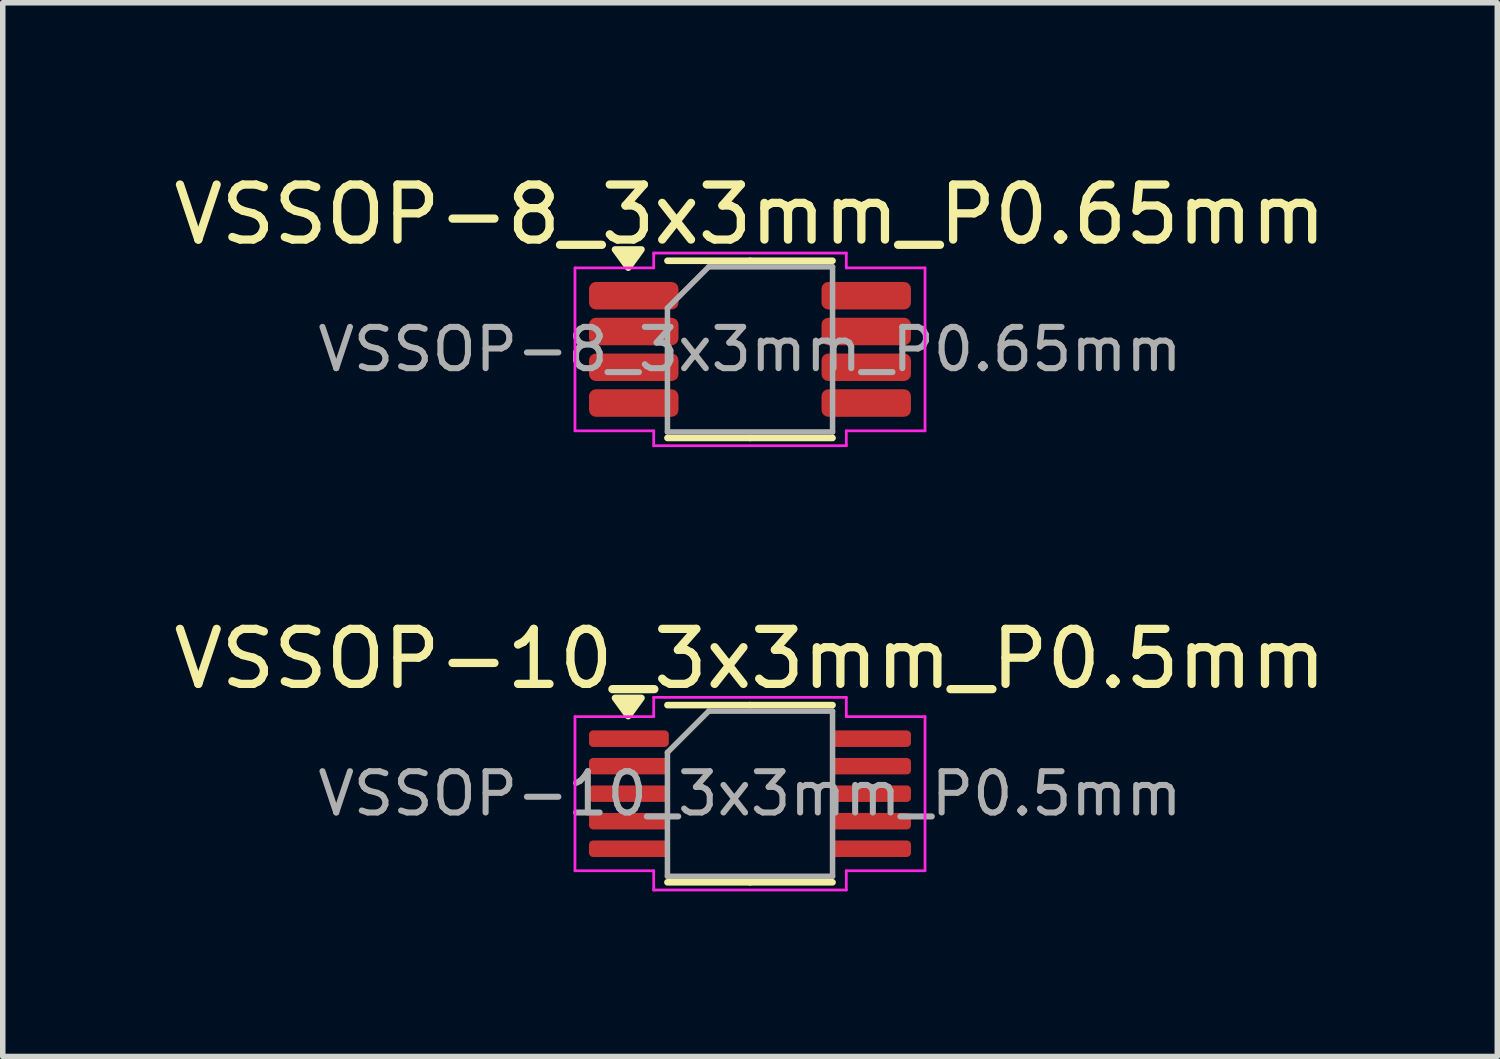
<source format=kicad_pcb>
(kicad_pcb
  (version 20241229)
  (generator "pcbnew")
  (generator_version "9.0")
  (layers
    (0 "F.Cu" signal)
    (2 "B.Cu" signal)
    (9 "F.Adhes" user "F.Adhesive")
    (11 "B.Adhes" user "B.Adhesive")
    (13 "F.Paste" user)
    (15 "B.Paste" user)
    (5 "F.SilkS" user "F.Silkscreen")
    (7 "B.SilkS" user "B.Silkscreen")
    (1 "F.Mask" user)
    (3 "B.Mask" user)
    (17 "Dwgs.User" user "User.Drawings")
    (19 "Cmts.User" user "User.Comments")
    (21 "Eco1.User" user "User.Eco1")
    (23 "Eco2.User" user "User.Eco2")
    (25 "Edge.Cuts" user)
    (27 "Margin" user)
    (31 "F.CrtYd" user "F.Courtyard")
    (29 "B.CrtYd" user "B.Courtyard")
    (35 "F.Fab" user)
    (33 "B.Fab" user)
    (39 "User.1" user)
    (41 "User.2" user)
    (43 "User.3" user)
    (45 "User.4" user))
  (footprint "VSSOP-8_3x3mm_P0.65mm"
    (layer "F.Cu")
    (at 10.577 3.298)
    (property "Reference" "VSSOP-8_3x3mm_P0.65mm" (at 0 -2.45 0) (layer "F.SilkS") (effects (font (size 1 1) (thickness 0.15))))
    (attr smd)
    (fp_line (start 0 -1.61) (end -1.5 -1.61) (stroke (width 0.12) (type solid)) (layer "F.SilkS"))
    (fp_line (start 0 -1.61) (end 1.5 -1.61) (stroke (width 0.12) (type solid)) (layer "F.SilkS"))
    (fp_line (start 0 1.61) (end -1.5 1.61) (stroke (width 0.12) (type solid)) (layer "F.SilkS"))
    (fp_line (start 0 1.61) (end 1.5 1.61) (stroke (width 0.12) (type solid)) (layer "F.SilkS"))
    (fp_poly (pts (xy -2.212 -1.485) (xy -2.453 -1.815) (xy -1.972 -1.815)) (stroke (width 0.12) (type solid)) (fill yes) (layer "F.SilkS"))
    (fp_line (start -3.18 -1.48) (end -1.75 -1.48) (stroke (width 0.05) (type solid)) (layer "F.CrtYd"))
    (fp_line (start -3.18 1.48) (end -3.18 -1.48) (stroke (width 0.05) (type solid)) (layer "F.CrtYd"))
    (fp_line (start -1.75 -1.75) (end 1.75 -1.75) (stroke (width 0.05) (type solid)) (layer "F.CrtYd"))
    (fp_line (start -1.75 -1.48) (end -1.75 -1.75) (stroke (width 0.05) (type solid)) (layer "F.CrtYd"))
    (fp_line (start -1.75 1.48) (end -3.18 1.48) (stroke (width 0.05) (type solid)) (layer "F.CrtYd"))
    (fp_line (start -1.75 1.75) (end -1.75 1.48) (stroke (width 0.05) (type solid)) (layer "F.CrtYd"))
    (fp_line (start 1.75 -1.75) (end 1.75 -1.48) (stroke (width 0.05) (type solid)) (layer "F.CrtYd"))
    (fp_line (start 1.75 -1.48) (end 3.18 -1.48) (stroke (width 0.05) (type solid)) (layer "F.CrtYd"))
    (fp_line (start 1.75 1.48) (end 1.75 1.75) (stroke (width 0.05) (type solid)) (layer "F.CrtYd"))
    (fp_line (start 1.75 1.75) (end -1.75 1.75) (stroke (width 0.05) (type solid)) (layer "F.CrtYd"))
    (fp_line (start 3.18 -1.48) (end 3.18 1.48) (stroke (width 0.05) (type solid)) (layer "F.CrtYd"))
    (fp_line (start 3.18 1.48) (end 1.75 1.48) (stroke (width 0.05) (type solid)) (layer "F.CrtYd"))
    (fp_line (start -1.5 -0.75) (end -0.75 -1.5) (stroke (width 0.1) (type solid)) (layer "F.Fab"))
    (fp_line (start -1.5 1.5) (end -1.5 -0.75) (stroke (width 0.1) (type solid)) (layer "F.Fab"))
    (fp_line (start -0.75 -1.5) (end 1.5 -1.5) (stroke (width 0.1) (type solid)) (layer "F.Fab"))
    (fp_line (start 1.5 -1.5) (end 1.5 1.5) (stroke (width 0.1) (type solid)) (layer "F.Fab"))
    (fp_line (start 1.5 1.5) (end -1.5 1.5) (stroke (width 0.1) (type solid)) (layer "F.Fab"))
    (fp_text user "${REFERENCE}" (at 0 0 0) (layer "F.Fab") (effects (font (size 0.75 0.75) (thickness 0.11))))
    (pad "1" smd roundrect (at -2.112 -0.975) (size 1.625 0.5) (layers "F.Cu" "F.Mask" "F.Paste") (roundrect_rratio 0.25))
    (pad "2" smd roundrect (at -2.112 -0.325) (size 1.625 0.5) (layers "F.Cu" "F.Mask" "F.Paste") (roundrect_rratio 0.25))
    (pad "3" smd roundrect (at -2.112 0.325) (size 1.625 0.5) (layers "F.Cu" "F.Mask" "F.Paste") (roundrect_rratio 0.25))
    (pad "4" smd roundrect (at -2.112 0.975) (size 1.625 0.5) (layers "F.Cu" "F.Mask" "F.Paste") (roundrect_rratio 0.25))
    (pad "5" smd roundrect (at 2.112 0.975) (size 1.625 0.5) (layers "F.Cu" "F.Mask" "F.Paste") (roundrect_rratio 0.25))
    (pad "6" smd roundrect (at 2.112 0.325) (size 1.625 0.5) (layers "F.Cu" "F.Mask" "F.Paste") (roundrect_rratio 0.25))
    (pad "7" smd roundrect (at 2.112 -0.325) (size 1.625 0.5) (layers "F.Cu" "F.Mask" "F.Paste") (roundrect_rratio 0.25))
    (pad "8" smd roundrect (at 2.112 -0.975) (size 1.625 0.5) (layers "F.Cu" "F.Mask" "F.Paste") (roundrect_rratio 0.25)))
  (footprint "VSSOP-10_3x3mm_P0.5mm"
    (layer "F.Cu")
    (at 10.577 11.371)
    (property "Reference" "VSSOP-10_3x3mm_P0.5mm" (at 0 -2.45 0) (layer "F.SilkS") (effects (font (size 1 1) (thickness 0.15))))
    (attr smd)
    (fp_line (start 0 -1.61) (end -1.5 -1.61) (stroke (width 0.12) (type solid)) (layer "F.SilkS"))
    (fp_line (start 0 -1.61) (end 1.5 -1.61) (stroke (width 0.12) (type solid)) (layer "F.SilkS"))
    (fp_line (start 0 1.61) (end -1.5 1.61) (stroke (width 0.12) (type solid)) (layer "F.SilkS"))
    (fp_line (start 0 1.61) (end 1.5 1.61) (stroke (width 0.12) (type solid)) (layer "F.SilkS"))
    (fp_poly (pts (xy -2.212 -1.41) (xy -2.453 -1.74) (xy -1.972 -1.74)) (stroke (width 0.12) (type solid)) (fill yes) (layer "F.SilkS"))
    (fp_line (start -3.18 -1.4) (end -1.75 -1.4) (stroke (width 0.05) (type solid)) (layer "F.CrtYd"))
    (fp_line (start -3.18 1.4) (end -3.18 -1.4) (stroke (width 0.05) (type solid)) (layer "F.CrtYd"))
    (fp_line (start -1.75 -1.75) (end 1.75 -1.75) (stroke (width 0.05) (type solid)) (layer "F.CrtYd"))
    (fp_line (start -1.75 -1.4) (end -1.75 -1.75) (stroke (width 0.05) (type solid)) (layer "F.CrtYd"))
    (fp_line (start -1.75 1.4) (end -3.18 1.4) (stroke (width 0.05) (type solid)) (layer "F.CrtYd"))
    (fp_line (start -1.75 1.75) (end -1.75 1.4) (stroke (width 0.05) (type solid)) (layer "F.CrtYd"))
    (fp_line (start 1.75 -1.75) (end 1.75 -1.4) (stroke (width 0.05) (type solid)) (layer "F.CrtYd"))
    (fp_line (start 1.75 -1.4) (end 3.18 -1.4) (stroke (width 0.05) (type solid)) (layer "F.CrtYd"))
    (fp_line (start 1.75 1.4) (end 1.75 1.75) (stroke (width 0.05) (type solid)) (layer "F.CrtYd"))
    (fp_line (start 1.75 1.75) (end -1.75 1.75) (stroke (width 0.05) (type solid)) (layer "F.CrtYd"))
    (fp_line (start 3.18 -1.4) (end 3.18 1.4) (stroke (width 0.05) (type solid)) (layer "F.CrtYd"))
    (fp_line (start 3.18 1.4) (end 1.75 1.4) (stroke (width 0.05) (type solid)) (layer "F.CrtYd"))
    (fp_line (start -1.5 -0.75) (end -0.75 -1.5) (stroke (width 0.1) (type solid)) (layer "F.Fab"))
    (fp_line (start -1.5 1.5) (end -1.5 -0.75) (stroke (width 0.1) (type solid)) (layer "F.Fab"))
    (fp_line (start -0.75 -1.5) (end 1.5 -1.5) (stroke (width 0.1) (type solid)) (layer "F.Fab"))
    (fp_line (start 1.5 -1.5) (end 1.5 1.5) (stroke (width 0.1) (type solid)) (layer "F.Fab"))
    (fp_line (start 1.5 1.5) (end -1.5 1.5) (stroke (width 0.1) (type solid)) (layer "F.Fab"))
    (fp_text user "${REFERENCE}" (at 0 0 0) (layer "F.Fab") (effects (font (size 0.75 0.75) (thickness 0.11))))
    (pad "1" smd roundrect (at -2.2 -1) (size 1.45 0.3) (layers "F.Cu" "F.Mask" "F.Paste") (roundrect_rratio 0.25))
    (pad "2" smd roundrect (at -2.2 -0.5) (size 1.45 0.3) (layers "F.Cu" "F.Mask" "F.Paste") (roundrect_rratio 0.25))
    (pad "3" smd roundrect (at -2.2 0) (size 1.45 0.3) (layers "F.Cu" "F.Mask" "F.Paste") (roundrect_rratio 0.25))
    (pad "4" smd roundrect (at -2.2 0.5) (size 1.45 0.3) (layers "F.Cu" "F.Mask" "F.Paste") (roundrect_rratio 0.25))
    (pad "5" smd roundrect (at -2.2 1) (size 1.45 0.3) (layers "F.Cu" "F.Mask" "F.Paste") (roundrect_rratio 0.25))
    (pad "6" smd roundrect (at 2.2 1) (size 1.45 0.3) (layers "F.Cu" "F.Mask" "F.Paste") (roundrect_rratio 0.25))
    (pad "7" smd roundrect (at 2.2 0.5) (size 1.45 0.3) (layers "F.Cu" "F.Mask" "F.Paste") (roundrect_rratio 0.25))
    (pad "8" smd roundrect (at 2.2 0) (size 1.45 0.3) (layers "F.Cu" "F.Mask" "F.Paste") (roundrect_rratio 0.25))
    (pad "9" smd roundrect (at 2.2 -0.5) (size 1.45 0.3) (layers "F.Cu" "F.Mask" "F.Paste") (roundrect_rratio 0.25))
    (pad "10" smd roundrect (at 2.2 -1) (size 1.45 0.3) (layers "F.Cu" "F.Mask" "F.Paste") (roundrect_rratio 0.25)))
  (gr_rect
    (start -3 -3)
    (end 24.155 16.146)
    (stroke (width 0.1) (type default))
    (fill no)
    (layer "Edge.Cuts")))
</source>
